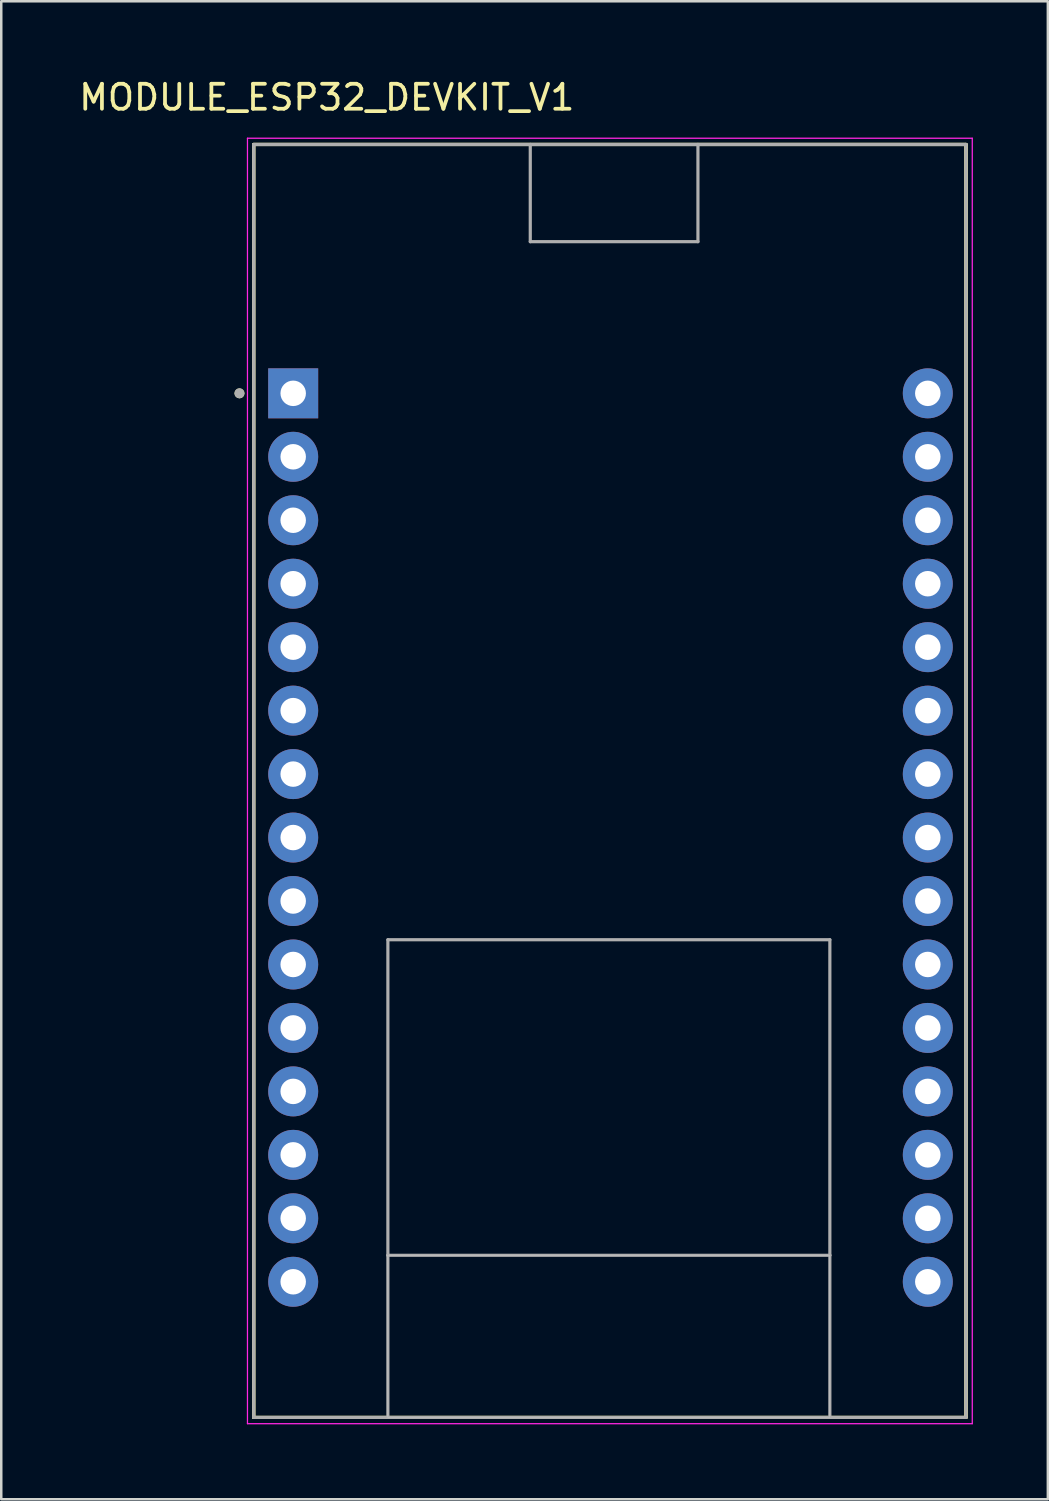
<source format=kicad_pcb>
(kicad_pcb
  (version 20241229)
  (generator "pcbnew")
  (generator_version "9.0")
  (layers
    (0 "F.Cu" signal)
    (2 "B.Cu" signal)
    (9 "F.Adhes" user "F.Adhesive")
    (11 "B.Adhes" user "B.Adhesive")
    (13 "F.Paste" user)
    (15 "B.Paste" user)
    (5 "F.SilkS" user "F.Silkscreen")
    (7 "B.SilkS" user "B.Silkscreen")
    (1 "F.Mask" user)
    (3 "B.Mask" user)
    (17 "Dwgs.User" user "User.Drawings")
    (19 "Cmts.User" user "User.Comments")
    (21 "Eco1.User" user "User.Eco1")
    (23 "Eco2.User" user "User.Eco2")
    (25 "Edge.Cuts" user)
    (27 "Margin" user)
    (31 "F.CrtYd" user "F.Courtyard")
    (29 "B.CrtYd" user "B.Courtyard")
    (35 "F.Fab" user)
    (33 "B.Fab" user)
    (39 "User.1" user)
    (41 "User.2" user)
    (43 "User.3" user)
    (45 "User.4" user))
  (footprint "MODULE_ESP32_DEVKIT_V1"
    (layer "F.Cu")
    (at 21.385 28.208)
    (property "Reference" "MODULE_ESP32_DEVKIT_V1" (at -11.355 -27.36 0) (layer "F.SilkS") (effects (font (size 1 1) (thickness 0.15))))
    (attr through_hole)
    (fp_line (start -14.28 -25.475) (end -3.211 -25.475) (stroke (width 0.127) (type solid)) (layer "F.SilkS"))
    (fp_line (start -14.28 -25.475) (end 14.23 -25.475) (stroke (width 0.127) (type solid)) (layer "F.SilkS"))
    (fp_line (start -14.28 25.475) (end -14.28 -25.475) (stroke (width 0.127) (type solid)) (layer "F.SilkS"))
    (fp_line (start -14.28 25.475) (end -14.28 -25.475) (stroke (width 0.127) (type solid)) (layer "F.SilkS"))
    (fp_line (start -14.28 25.475) (end -8.91 25.475) (stroke (width 0.127) (type solid)) (layer "F.SilkS"))
    (fp_line (start -8.91 25.475) (end 8.78 25.475) (stroke (width 0.127) (type solid)) (layer "F.SilkS"))
    (fp_line (start -3.211 -25.475) (end 3.5 -25.475) (stroke (width 0.127) (type solid)) (layer "F.SilkS"))
    (fp_line (start 3.5 -25.475) (end 14.23 -25.475) (stroke (width 0.127) (type solid)) (layer "F.SilkS"))
    (fp_line (start 8.78 25.475) (end 14.23 25.475) (stroke (width 0.127) (type solid)) (layer "F.SilkS"))
    (fp_line (start 14.23 -25.475) (end 14.23 25.475) (stroke (width 0.127) (type solid)) (layer "F.SilkS"))
    (fp_line (start 14.23 -25.475) (end 14.23 25.475) (stroke (width 0.127) (type solid)) (layer "F.SilkS"))
    (fp_line (start 14.23 25.475) (end -14.28 25.475) (stroke (width 0.127) (type solid)) (layer "F.SilkS"))
    (fp_circle (center -14.85 -15.515) (end -14.75 -15.515) (stroke (width 0.2) (type solid)) (fill no) (layer "F.SilkS"))
    (fp_poly (pts (xy -8.91 18.985) (xy 8.78 18.985) (xy 8.78 25.475) (xy -8.91 25.475)) (stroke (width 0.01) (type solid)) (fill no) (layer "Dwgs.User"))
    (fp_poly (pts (xy -8.91 18.985) (xy 8.78 18.985) (xy 8.78 25.475) (xy -8.91 25.475)) (stroke (width 0.01) (type solid)) (fill no) (layer "Dwgs.User"))
    (fp_poly (pts (xy -8.91 18.985) (xy 8.78 18.985) (xy 8.78 25.475) (xy -8.91 25.475)) (stroke (width 0.01) (type solid)) (fill no) (layer "Dwgs.User"))
    (fp_line (start -14.53 -25.725) (end -14.53 25.725) (stroke (width 0.05) (type solid)) (layer "F.CrtYd"))
    (fp_line (start -14.53 25.725) (end 14.48 25.725) (stroke (width 0.05) (type solid)) (layer "F.CrtYd"))
    (fp_line (start 14.48 -25.725) (end -14.53 -25.725) (stroke (width 0.05) (type solid)) (layer "F.CrtYd"))
    (fp_line (start 14.48 25.725) (end 14.48 -25.725) (stroke (width 0.05) (type solid)) (layer "F.CrtYd"))
    (fp_line (start -14.28 -25.475) (end -3.211 -25.475) (stroke (width 0.127) (type solid)) (layer "F.Fab"))
    (fp_line (start -14.28 25.475) (end -14.28 -25.475) (stroke (width 0.127) (type solid)) (layer "F.Fab"))
    (fp_line (start -14.28 25.475) (end -8.91 25.475) (stroke (width 0.127) (type solid)) (layer "F.Fab"))
    (fp_line (start -8.91 6.355) (end 8.78 6.355) (stroke (width 0.127) (type solid)) (layer "F.Fab"))
    (fp_line (start -8.91 18.985) (end -8.91 6.355) (stroke (width 0.127) (type solid)) (layer "F.Fab"))
    (fp_line (start -8.91 18.985) (end 8.78 18.985) (stroke (width 0.127) (type solid)) (layer "F.Fab"))
    (fp_line (start -8.91 25.475) (end -8.91 18.985) (stroke (width 0.127) (type solid)) (layer "F.Fab"))
    (fp_line (start -8.91 25.475) (end 8.78 25.475) (stroke (width 0.127) (type solid)) (layer "F.Fab"))
    (fp_line (start -3.211 -25.475) (end 3.5 -25.475) (stroke (width 0.127) (type solid)) (layer "F.Fab"))
    (fp_line (start -3.211 -21.585) (end -3.211 -25.475) (stroke (width 0.127) (type solid)) (layer "F.Fab"))
    (fp_line (start 3.5 -25.475) (end 3.5 -21.585) (stroke (width 0.127) (type solid)) (layer "F.Fab"))
    (fp_line (start 3.5 -25.475) (end 14.23 -25.475) (stroke (width 0.127) (type solid)) (layer "F.Fab"))
    (fp_line (start 3.5 -21.585) (end -3.211 -21.585) (stroke (width 0.127) (type solid)) (layer "F.Fab"))
    (fp_line (start 8.78 6.355) (end 8.78 18.985) (stroke (width 0.127) (type solid)) (layer "F.Fab"))
    (fp_line (start 8.78 18.985) (end 8.78 25.475) (stroke (width 0.127) (type solid)) (layer "F.Fab"))
    (fp_line (start 8.78 25.475) (end 14.23 25.475) (stroke (width 0.127) (type solid)) (layer "F.Fab"))
    (fp_line (start 14.23 -25.475) (end 14.23 25.475) (stroke (width 0.127) (type solid)) (layer "F.Fab"))
    (fp_circle (center -14.85 -15.515) (end -14.75 -15.515) (stroke (width 0.2) (type solid)) (fill no) (layer "F.Fab"))
    (pad "1" thru_hole rect (at -12.7 -15.515) (size 2 2) (drill 1.02) (layers "*.Cu" "*.Mask"))
    (pad "2" thru_hole circle (at -12.7 -12.975) (size 2 2) (drill 1.02) (layers "*.Cu" "*.Mask"))
    (pad "3" thru_hole circle (at -12.7 -10.435) (size 2 2) (drill 1.02) (layers "*.Cu" "*.Mask"))
    (pad "4" thru_hole circle (at -12.7 -7.895) (size 2 2) (drill 1.02) (layers "*.Cu" "*.Mask"))
    (pad "5" thru_hole circle (at -12.7 -5.355) (size 2 2) (drill 1.02) (layers "*.Cu" "*.Mask"))
    (pad "6" thru_hole circle (at -12.7 -2.815) (size 2 2) (drill 1.02) (layers "*.Cu" "*.Mask"))
    (pad "7" thru_hole circle (at -12.7 -0.275) (size 2 2) (drill 1.02) (layers "*.Cu" "*.Mask"))
    (pad "8" thru_hole circle (at -12.7 2.265) (size 2 2) (drill 1.02) (layers "*.Cu" "*.Mask"))
    (pad "9" thru_hole circle (at -12.7 4.805) (size 2 2) (drill 1.02) (layers "*.Cu" "*.Mask"))
    (pad "10" thru_hole circle (at -12.7 7.345) (size 2 2) (drill 1.02) (layers "*.Cu" "*.Mask"))
    (pad "11" thru_hole circle (at -12.7 9.885) (size 2 2) (drill 1.02) (layers "*.Cu" "*.Mask"))
    (pad "12" thru_hole circle (at -12.7 12.425) (size 2 2) (drill 1.02) (layers "*.Cu" "*.Mask"))
    (pad "13" thru_hole circle (at -12.7 14.965) (size 2 2) (drill 1.02) (layers "*.Cu" "*.Mask"))
    (pad "14" thru_hole circle (at -12.7 17.505) (size 2 2) (drill 1.02) (layers "*.Cu" "*.Mask"))
    (pad "15" thru_hole circle (at -12.7 20.045) (size 2 2) (drill 1.02) (layers "*.Cu" "*.Mask"))
    (pad "16" thru_hole circle (at 12.7 20.045) (size 2 2) (drill 1.02) (layers "*.Cu" "*.Mask"))
    (pad "17" thru_hole circle (at 12.7 17.505) (size 2 2) (drill 1.02) (layers "*.Cu" "*.Mask"))
    (pad "18" thru_hole circle (at 12.7 14.965) (size 2 2) (drill 1.02) (layers "*.Cu" "*.Mask"))
    (pad "19" thru_hole circle (at 12.7 12.425) (size 2 2) (drill 1.02) (layers "*.Cu" "*.Mask"))
    (pad "20" thru_hole circle (at 12.7 9.885) (size 2 2) (drill 1.02) (layers "*.Cu" "*.Mask"))
    (pad "21" thru_hole circle (at 12.7 7.345) (size 2 2) (drill 1.02) (layers "*.Cu" "*.Mask"))
    (pad "22" thru_hole circle (at 12.7 4.805) (size 2 2) (drill 1.02) (layers "*.Cu" "*.Mask"))
    (pad "23" thru_hole circle (at 12.7 2.265) (size 2 2) (drill 1.02) (layers "*.Cu" "*.Mask"))
    (pad "24" thru_hole circle (at 12.7 -0.275) (size 2 2) (drill 1.02) (layers "*.Cu" "*.Mask"))
    (pad "25" thru_hole circle (at 12.7 -2.815) (size 2 2) (drill 1.02) (layers "*.Cu" "*.Mask"))
    (pad "26" thru_hole circle (at 12.7 -5.355) (size 2 2) (drill 1.02) (layers "*.Cu" "*.Mask"))
    (pad "27" thru_hole circle (at 12.7 -7.895) (size 2 2) (drill 1.02) (layers "*.Cu" "*.Mask"))
    (pad "28" thru_hole circle (at 12.7 -10.435) (size 2 2) (drill 1.02) (layers "*.Cu" "*.Mask"))
    (pad "29" thru_hole circle (at 12.7 -12.975) (size 2 2) (drill 1.02) (layers "*.Cu" "*.Mask"))
    (pad "30" thru_hole circle (at 12.7 -15.515) (size 2 2) (drill 1.02) (layers "*.Cu" "*.Mask")))
  (gr_rect
    (start -3 -3)
    (end 38.89 56.958)
    (stroke (width 0.1) (type default))
    (fill no)
    (layer "Edge.Cuts")))
</source>
